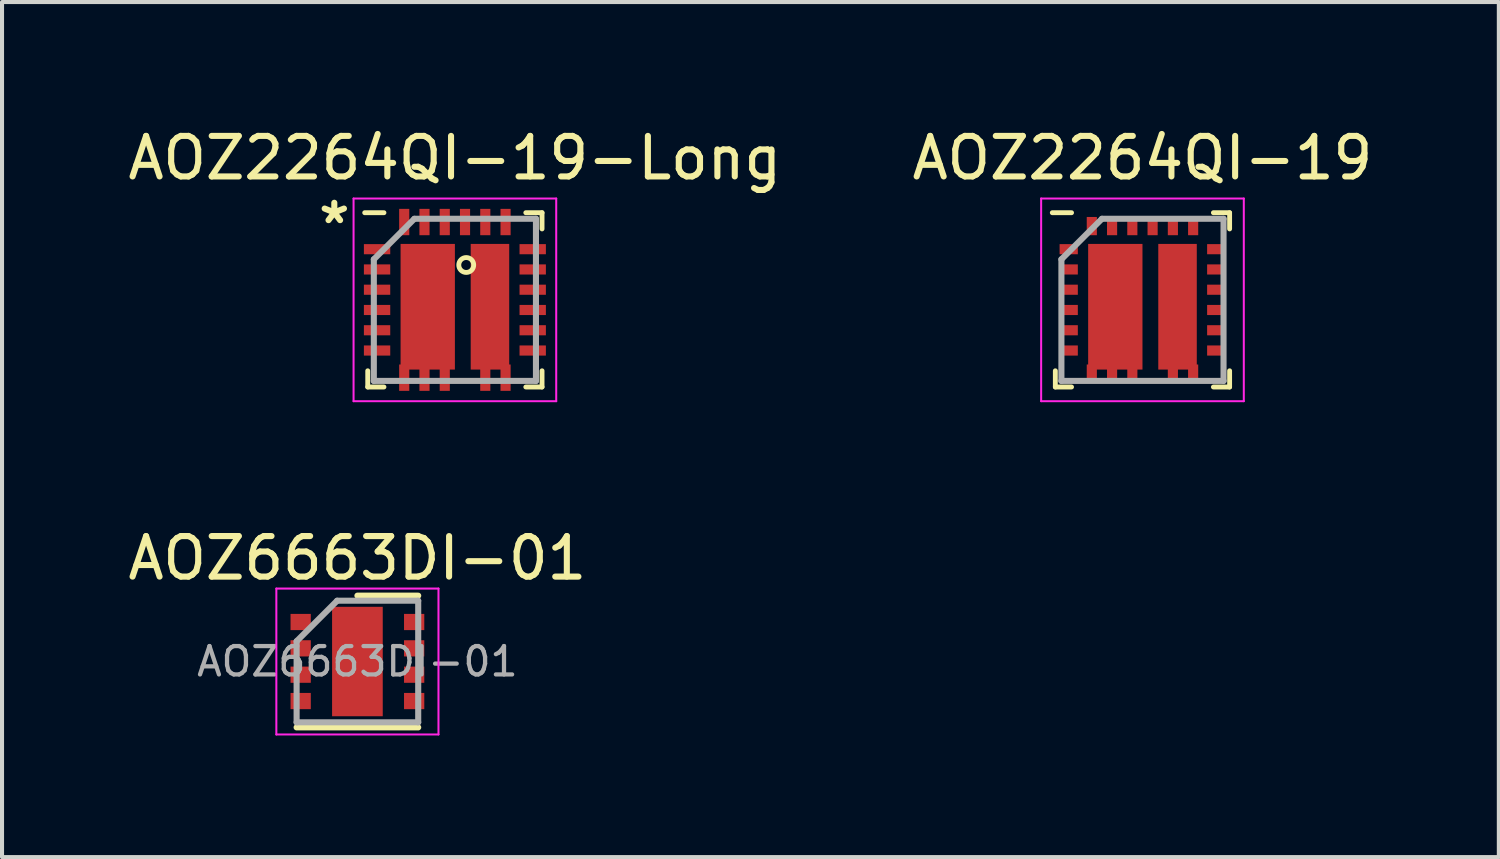
<source format=kicad_pcb>
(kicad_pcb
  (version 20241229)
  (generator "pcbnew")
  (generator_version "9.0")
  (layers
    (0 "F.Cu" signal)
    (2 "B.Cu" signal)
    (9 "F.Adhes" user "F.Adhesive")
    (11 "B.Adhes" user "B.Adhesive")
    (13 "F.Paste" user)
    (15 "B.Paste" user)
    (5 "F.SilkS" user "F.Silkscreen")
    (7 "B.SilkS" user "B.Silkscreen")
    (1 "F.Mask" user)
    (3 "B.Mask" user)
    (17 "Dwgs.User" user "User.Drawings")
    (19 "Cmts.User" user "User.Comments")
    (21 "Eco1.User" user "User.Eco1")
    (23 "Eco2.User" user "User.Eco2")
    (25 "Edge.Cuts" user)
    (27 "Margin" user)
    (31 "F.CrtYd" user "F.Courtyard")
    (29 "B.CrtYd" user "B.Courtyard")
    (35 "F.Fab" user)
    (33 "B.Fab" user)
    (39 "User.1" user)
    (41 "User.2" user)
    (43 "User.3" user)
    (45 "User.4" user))
  (footprint "AOZ2264QI-19"
    (layer "F.Cu")
    (at 25.137 4.348)
    (property "Reference" "AOZ2264QI-19" (at 0 -3.5 0) (layer "F.SilkS") (effects (font (size 1 1) (thickness 0.15))))
    (attr smd)
    (fp_poly (pts (xy 0 1.72) (xy -1.34 1.72) (xy -1.34 -1.38) (xy 0 -1.38)) (stroke (width 0) (type solid)) (fill yes) (layer "F.Cu"))
    (fp_poly (pts (xy 1.34 1.72) (xy 0.39 1.72) (xy 0.39 -1.38) (xy 1.34 -1.38)) (stroke (width 0) (type solid)) (fill yes) (layer "F.Cu"))
    (fp_poly (pts (xy 0.01 1.72) (xy -1.33 1.72) (xy -1.33 -1.38) (xy 0.01 -1.38)) (stroke (width 0) (type solid)) (fill yes) (layer "F.Mask"))
    (fp_poly (pts (xy 1.34 1.72) (xy 0.39 1.72) (xy 0.39 -1.38) (xy 1.34 -1.38)) (stroke (width 0) (type solid)) (fill yes) (layer "F.Mask"))
    (fp_line (start -2.15 2.15) (end -2.15 1.75) (stroke (width 0.12) (type solid)) (layer "F.SilkS"))
    (fp_line (start -1.75 -2.15) (end -2.225 -2.15) (stroke (width 0.12) (type solid)) (layer "F.SilkS"))
    (fp_line (start -1.75 2.15) (end -2.15 2.15) (stroke (width 0.12) (type solid)) (layer "F.SilkS"))
    (fp_line (start 1.75 -2.15) (end 2.15 -2.15) (stroke (width 0.12) (type solid)) (layer "F.SilkS"))
    (fp_line (start 1.75 2.15) (end 2.15 2.15) (stroke (width 0.12) (type solid)) (layer "F.SilkS"))
    (fp_line (start 2.15 -2.15) (end 2.15 -1.75) (stroke (width 0.12) (type solid)) (layer "F.SilkS"))
    (fp_line (start 2.15 2.15) (end 2.15 1.75) (stroke (width 0.12) (type solid)) (layer "F.SilkS"))
    (fp_poly (pts (xy -0.8 -0.9) (xy -1.1 -0.9) (xy -1.1 -1.1) (xy -0.8 -1.1)) (stroke (width 0) (type solid)) (fill yes) (layer "F.Paste"))
    (fp_poly (pts (xy -0.8 -0.9) (xy -1.1 -0.9) (xy -1.1 -1.1) (xy -0.8 -1.1)) (stroke (width 0) (type solid)) (fill yes) (layer "F.Paste"))
    (fp_poly (pts (xy -0.8 -0.6) (xy -1.1 -0.6) (xy -1.1 -0.8) (xy -0.8 -0.8)) (stroke (width 0) (type solid)) (fill yes) (layer "F.Paste"))
    (fp_poly (pts (xy -0.8 -0.6) (xy -1.1 -0.6) (xy -1.1 -0.8) (xy -0.8 -0.8)) (stroke (width 0) (type solid)) (fill yes) (layer "F.Paste"))
    (fp_poly (pts (xy -0.8 -0.3) (xy -1.1 -0.3) (xy -1.1 -0.5) (xy -0.8 -0.5)) (stroke (width 0) (type solid)) (fill yes) (layer "F.Paste"))
    (fp_poly (pts (xy -0.8 -0.3) (xy -1.1 -0.3) (xy -1.1 -0.5) (xy -0.8 -0.5)) (stroke (width 0) (type solid)) (fill yes) (layer "F.Paste"))
    (fp_poly (pts (xy -0.8 0) (xy -1.1 0) (xy -1.1 -0.2) (xy -0.8 -0.2)) (stroke (width 0) (type solid)) (fill yes) (layer "F.Paste"))
    (fp_poly (pts (xy -0.8 0) (xy -1.1 0) (xy -1.1 -0.2) (xy -0.8 -0.2)) (stroke (width 0) (type solid)) (fill yes) (layer "F.Paste"))
    (fp_poly (pts (xy -0.8 0.3) (xy -1.1 0.3) (xy -1.1 0.1) (xy -0.8 0.1)) (stroke (width 0) (type solid)) (fill yes) (layer "F.Paste"))
    (fp_poly (pts (xy -0.8 0.3) (xy -1.1 0.3) (xy -1.1 0.1) (xy -0.8 0.1)) (stroke (width 0) (type solid)) (fill yes) (layer "F.Paste"))
    (fp_poly (pts (xy -0.8 0.6) (xy -1.1 0.6) (xy -1.1 0.4) (xy -0.8 0.4)) (stroke (width 0) (type solid)) (fill yes) (layer "F.Paste"))
    (fp_poly (pts (xy -0.8 0.6) (xy -1.1 0.6) (xy -1.1 0.4) (xy -0.8 0.4)) (stroke (width 0) (type solid)) (fill yes) (layer "F.Paste"))
    (fp_poly (pts (xy -0.8 0.9) (xy -1.1 0.9) (xy -1.1 0.7) (xy -0.8 0.7)) (stroke (width 0) (type solid)) (fill yes) (layer "F.Paste"))
    (fp_poly (pts (xy -0.8 0.9) (xy -1.1 0.9) (xy -1.1 0.7) (xy -0.8 0.7)) (stroke (width 0) (type solid)) (fill yes) (layer "F.Paste"))
    (fp_poly (pts (xy -0.8 1.2) (xy -1.1 1.2) (xy -1.1 1) (xy -0.8 1)) (stroke (width 0) (type solid)) (fill yes) (layer "F.Paste"))
    (fp_poly (pts (xy -0.8 1.2) (xy -1.1 1.2) (xy -1.1 1) (xy -0.8 1)) (stroke (width 0) (type solid)) (fill yes) (layer "F.Paste"))
    (fp_poly (pts (xy -0.3 -0.9) (xy -0.6 -0.9) (xy -0.6 -1.1) (xy -0.3 -1.1)) (stroke (width 0) (type solid)) (fill yes) (layer "F.Paste"))
    (fp_poly (pts (xy -0.3 -0.6) (xy -0.6 -0.6) (xy -0.6 -0.8) (xy -0.3 -0.8)) (stroke (width 0) (type solid)) (fill yes) (layer "F.Paste"))
    (fp_poly (pts (xy -0.3 -0.3) (xy -0.6 -0.3) (xy -0.6 -0.5) (xy -0.3 -0.5)) (stroke (width 0) (type solid)) (fill yes) (layer "F.Paste"))
    (fp_poly (pts (xy -0.3 0) (xy -0.6 0) (xy -0.6 -0.2) (xy -0.3 -0.2)) (stroke (width 0) (type solid)) (fill yes) (layer "F.Paste"))
    (fp_poly (pts (xy -0.3 0.3) (xy -0.6 0.3) (xy -0.6 0.1) (xy -0.3 0.1)) (stroke (width 0) (type solid)) (fill yes) (layer "F.Paste"))
    (fp_poly (pts (xy -0.3 0.6) (xy -0.6 0.6) (xy -0.6 0.4) (xy -0.3 0.4)) (stroke (width 0) (type solid)) (fill yes) (layer "F.Paste"))
    (fp_poly (pts (xy -0.3 0.9) (xy -0.6 0.9) (xy -0.6 0.7) (xy -0.3 0.7)) (stroke (width 0) (type solid)) (fill yes) (layer "F.Paste"))
    (fp_poly (pts (xy -0.3 1.2) (xy -0.6 1.2) (xy -0.6 1) (xy -0.3 1)) (stroke (width 0) (type solid)) (fill yes) (layer "F.Paste"))
    (fp_poly (pts (xy 0.75 -0.9) (xy 0.45 -0.9) (xy 0.45 -1.1) (xy 0.75 -1.1)) (stroke (width 0) (type solid)) (fill yes) (layer "F.Paste"))
    (fp_poly (pts (xy 0.75 -0.9) (xy 0.45 -0.9) (xy 0.45 -1.1) (xy 0.75 -1.1)) (stroke (width 0) (type solid)) (fill yes) (layer "F.Paste"))
    (fp_poly (pts (xy 0.75 -0.6) (xy 0.45 -0.6) (xy 0.45 -0.8) (xy 0.75 -0.8)) (stroke (width 0) (type solid)) (fill yes) (layer "F.Paste"))
    (fp_poly (pts (xy 0.75 -0.6) (xy 0.45 -0.6) (xy 0.45 -0.8) (xy 0.75 -0.8)) (stroke (width 0) (type solid)) (fill yes) (layer "F.Paste"))
    (fp_poly (pts (xy 0.75 -0.3) (xy 0.45 -0.3) (xy 0.45 -0.5) (xy 0.75 -0.5)) (stroke (width 0) (type solid)) (fill yes) (layer "F.Paste"))
    (fp_poly (pts (xy 0.75 -0.3) (xy 0.45 -0.3) (xy 0.45 -0.5) (xy 0.75 -0.5)) (stroke (width 0) (type solid)) (fill yes) (layer "F.Paste"))
    (fp_poly (pts (xy 0.75 0) (xy 0.45 0) (xy 0.45 -0.2) (xy 0.75 -0.2)) (stroke (width 0) (type solid)) (fill yes) (layer "F.Paste"))
    (fp_poly (pts (xy 0.75 0) (xy 0.45 0) (xy 0.45 -0.2) (xy 0.75 -0.2)) (stroke (width 0) (type solid)) (fill yes) (layer "F.Paste"))
    (fp_poly (pts (xy 0.75 0.3) (xy 0.45 0.3) (xy 0.45 0.1) (xy 0.75 0.1)) (stroke (width 0) (type solid)) (fill yes) (layer "F.Paste"))
    (fp_poly (pts (xy 0.75 0.3) (xy 0.45 0.3) (xy 0.45 0.1) (xy 0.75 0.1)) (stroke (width 0) (type solid)) (fill yes) (layer "F.Paste"))
    (fp_poly (pts (xy 0.75 0.6) (xy 0.45 0.6) (xy 0.45 0.4) (xy 0.75 0.4)) (stroke (width 0) (type solid)) (fill yes) (layer "F.Paste"))
    (fp_poly (pts (xy 0.75 0.6) (xy 0.45 0.6) (xy 0.45 0.4) (xy 0.75 0.4)) (stroke (width 0) (type solid)) (fill yes) (layer "F.Paste"))
    (fp_poly (pts (xy 0.75 0.9) (xy 0.45 0.9) (xy 0.45 0.7) (xy 0.75 0.7)) (stroke (width 0) (type solid)) (fill yes) (layer "F.Paste"))
    (fp_poly (pts (xy 0.75 0.9) (xy 0.45 0.9) (xy 0.45 0.7) (xy 0.75 0.7)) (stroke (width 0) (type solid)) (fill yes) (layer "F.Paste"))
    (fp_poly (pts (xy 0.75 1.2) (xy 0.45 1.2) (xy 0.45 1) (xy 0.75 1)) (stroke (width 0) (type solid)) (fill yes) (layer "F.Paste"))
    (fp_poly (pts (xy 0.75 1.2) (xy 0.45 1.2) (xy 0.45 1) (xy 0.75 1)) (stroke (width 0) (type solid)) (fill yes) (layer "F.Paste"))
    (fp_poly (pts (xy 1.25 -0.9) (xy 0.95 -0.9) (xy 0.95 -1.1) (xy 1.25 -1.1)) (stroke (width 0) (type solid)) (fill yes) (layer "F.Paste"))
    (fp_poly (pts (xy 1.25 -0.6) (xy 0.95 -0.6) (xy 0.95 -0.8) (xy 1.25 -0.8)) (stroke (width 0) (type solid)) (fill yes) (layer "F.Paste"))
    (fp_poly (pts (xy 1.25 -0.3) (xy 0.95 -0.3) (xy 0.95 -0.5) (xy 1.25 -0.5)) (stroke (width 0) (type solid)) (fill yes) (layer "F.Paste"))
    (fp_poly (pts (xy 1.25 0) (xy 0.95 0) (xy 0.95 -0.2) (xy 1.25 -0.2)) (stroke (width 0) (type solid)) (fill yes) (layer "F.Paste"))
    (fp_poly (pts (xy 1.25 0.3) (xy 0.95 0.3) (xy 0.95 0.1) (xy 1.25 0.1)) (stroke (width 0) (type solid)) (fill yes) (layer "F.Paste"))
    (fp_poly (pts (xy 1.25 0.6) (xy 0.95 0.6) (xy 0.95 0.4) (xy 1.25 0.4)) (stroke (width 0) (type solid)) (fill yes) (layer "F.Paste"))
    (fp_poly (pts (xy 1.25 0.9) (xy 0.95 0.9) (xy 0.95 0.7) (xy 1.25 0.7)) (stroke (width 0) (type solid)) (fill yes) (layer "F.Paste"))
    (fp_poly (pts (xy 1.25 1.2) (xy 0.95 1.2) (xy 0.95 1) (xy 1.25 1)) (stroke (width 0) (type solid)) (fill yes) (layer "F.Paste"))
    (fp_line (start -2.5 -2.5) (end 2.5 -2.5) (stroke (width 0.05) (type solid)) (layer "F.CrtYd"))
    (fp_line (start -2.5 2.5) (end -2.5 -2.5) (stroke (width 0.05) (type solid)) (layer "F.CrtYd"))
    (fp_line (start 2.5 -2.5) (end 2.5 2.5) (stroke (width 0.05) (type solid)) (layer "F.CrtYd"))
    (fp_line (start 2.5 2.5) (end -2.5 2.5) (stroke (width 0.05) (type solid)) (layer "F.CrtYd"))
    (fp_line (start -2 -1) (end -2 2) (stroke (width 0.15) (type solid)) (layer "F.Fab"))
    (fp_line (start -2 2) (end 2 2) (stroke (width 0.15) (type solid)) (layer "F.Fab"))
    (fp_line (start -1 -2) (end -2 -1) (stroke (width 0.15) (type solid)) (layer "F.Fab"))
    (fp_line (start 2 -2) (end -1 -2) (stroke (width 0.15) (type solid)) (layer "F.Fab"))
    (fp_line (start 2 2) (end 2 -2) (stroke (width 0.15) (type solid)) (layer "F.Fab"))
    (pad "1" smd rect (at -1.82 -1.25 90) (size 0.25 0.45) (layers "F.Cu" "F.Mask" "F.Paste"))
    (pad "2" smd rect (at -1.82 -0.75 90) (size 0.25 0.45) (layers "F.Cu" "F.Mask" "F.Paste"))
    (pad "3" smd rect (at -1.82 -0.25 90) (size 0.25 0.45) (layers "F.Cu" "F.Mask" "F.Paste"))
    (pad "4" smd rect (at -1.82 0.25 90) (size 0.25 0.45) (layers "F.Cu" "F.Mask" "F.Paste"))
    (pad "5" smd rect (at -1.82 0.75 90) (size 0.25 0.45) (layers "F.Cu" "F.Mask" "F.Paste"))
    (pad "6" smd rect (at -1.82 1.25 90) (size 0.25 0.45) (layers "F.Cu" "F.Mask" "F.Paste"))
    (pad "7" smd rect (at -1.25 1.82) (size 0.25 0.45) (layers "F.Cu" "F.Mask" "F.Paste"))
    (pad "8" smd rect (at -0.75 1.82) (size 0.25 0.45) (layers "F.Cu" "F.Mask" "F.Paste"))
    (pad "9" smd rect (at -0.25 1.82) (size 0.25 0.45) (layers "F.Cu" "F.Mask" "F.Paste"))
    (pad "10" smd rect (at 0.75 1.82) (size 0.25 0.45) (layers "F.Cu" "F.Mask" "F.Paste"))
    (pad "11" smd rect (at 1.25 1.82) (size 0.25 0.45) (layers "F.Cu" "F.Mask" "F.Paste"))
    (pad "12" smd rect (at 1.82 1.25 90) (size 0.25 0.45) (layers "F.Cu" "F.Mask" "F.Paste"))
    (pad "13" smd rect (at 1.82 0.75 90) (size 0.25 0.45) (layers "F.Cu" "F.Mask" "F.Paste"))
    (pad "14" smd rect (at 1.82 0.25 90) (size 0.25 0.45) (layers "F.Cu" "F.Mask" "F.Paste"))
    (pad "15" smd rect (at 1.82 -0.25 90) (size 0.25 0.45) (layers "F.Cu" "F.Mask" "F.Paste"))
    (pad "16" smd rect (at 1.82 -0.75 90) (size 0.25 0.45) (layers "F.Cu" "F.Mask" "F.Paste"))
    (pad "17" smd rect (at 1.82 -1.25 90) (size 0.25 0.45) (layers "F.Cu" "F.Mask" "F.Paste"))
    (pad "18" smd rect (at 1.25 -1.82) (size 0.25 0.45) (layers "F.Cu" "F.Mask" "F.Paste"))
    (pad "19" smd rect (at 0.75 -1.82) (size 0.25 0.45) (layers "F.Cu" "F.Mask" "F.Paste"))
    (pad "20" smd rect (at 0.25 -1.82) (size 0.25 0.45) (layers "F.Cu" "F.Mask" "F.Paste"))
    (pad "21" smd rect (at -0.25 -1.82) (size 0.25 0.45) (layers "F.Cu" "F.Mask" "F.Paste"))
    (pad "22" smd rect (at -0.75 -1.82) (size 0.25 0.45) (layers "F.Cu" "F.Mask" "F.Paste"))
    (pad "23" smd rect (at -1.25 -1.82) (size 0.25 0.45) (layers "F.Cu" "F.Mask" "F.Paste")))
  (footprint "AOZ2264QI-19-Long"
    (layer "F.Cu")
    (at 8.173 4.348)
    (property "Reference" "AOZ2264QI-19-Long" (at 0 -3.5 0) (layer "F.SilkS") (effects (font (size 1 1) (thickness 0.15))))
    (attr smd)
    (fp_poly (pts (xy 0 1.72) (xy -1.34 1.72) (xy -1.34 -1.38) (xy 0 -1.38)) (stroke (width 0) (type solid)) (fill yes) (layer "F.Cu"))
    (fp_poly (pts (xy 1.34 1.72) (xy 0.39 1.72) (xy 0.39 -1.38) (xy 1.34 -1.38)) (stroke (width 0) (type solid)) (fill yes) (layer "F.Cu"))
    (fp_poly (pts (xy 0.01 1.72) (xy -1.33 1.72) (xy -1.33 -1.38) (xy 0.01 -1.38)) (stroke (width 0) (type solid)) (fill yes) (layer "F.Mask"))
    (fp_poly (pts (xy 1.3 1.72) (xy 0.39 1.72) (xy 0.39 -1.38) (xy 1.3 -1.38)) (stroke (width 0) (type solid)) (fill yes) (layer "F.Mask"))
    (fp_poly (pts (xy -0.3 1.3) (xy -1.1 1.3) (xy -1.1 -1) (xy -0.3 -1)) (stroke (width 0) (type solid)) (fill yes) (layer "B.Mask"))
    (fp_poly (pts (xy 1.1 1.3) (xy 0.6 1.3) (xy 0.6 -1) (xy 1.1 -1)) (stroke (width 0) (type solid)) (fill yes) (layer "B.Mask"))
    (fp_line (start -2.15 2.15) (end -2.15 1.75) (stroke (width 0.12) (type solid)) (layer "F.SilkS"))
    (fp_line (start -1.75 -2.15) (end -2.225 -2.15) (stroke (width 0.12) (type solid)) (layer "F.SilkS"))
    (fp_line (start -1.75 2.15) (end -2.15 2.15) (stroke (width 0.12) (type solid)) (layer "F.SilkS"))
    (fp_line (start 1.75 -2.15) (end 2.15 -2.15) (stroke (width 0.12) (type solid)) (layer "F.SilkS"))
    (fp_line (start 1.75 2.15) (end 2.15 2.15) (stroke (width 0.12) (type solid)) (layer "F.SilkS"))
    (fp_line (start 2.15 -2.15) (end 2.15 -1.75) (stroke (width 0.12) (type solid)) (layer "F.SilkS"))
    (fp_line (start 2.15 2.15) (end 2.15 1.75) (stroke (width 0.12) (type solid)) (layer "F.SilkS"))
    (fp_circle (center 0.28 -0.86) (end 0.11 -0.93) (stroke (width 0.12) (type solid)) (fill no) (layer "F.SilkS"))
    (fp_poly (pts (xy -0.56 -0.48) (xy -0.81 -0.48) (xy -0.81 -0.73) (xy -0.56 -0.73)) (stroke (width 0) (type solid)) (fill yes) (layer "F.Paste"))
    (fp_poly (pts (xy -0.56 0.02) (xy -0.81 0.02) (xy -0.81 -0.23) (xy -0.56 -0.23)) (stroke (width 0) (type solid)) (fill yes) (layer "F.Paste"))
    (fp_poly (pts (xy -0.56 0.52) (xy -0.81 0.52) (xy -0.81 0.27) (xy -0.56 0.27)) (stroke (width 0) (type solid)) (fill yes) (layer "F.Paste"))
    (fp_poly (pts (xy -0.56 1.02) (xy -0.81 1.02) (xy -0.81 0.77) (xy -0.56 0.77)) (stroke (width 0) (type solid)) (fill yes) (layer "F.Paste"))
    (fp_poly (pts (xy 0.98 -0.48) (xy 0.73 -0.48) (xy 0.73 -0.73) (xy 0.98 -0.73)) (stroke (width 0) (type solid)) (fill yes) (layer "F.Paste"))
    (fp_poly (pts (xy 0.98 0.02) (xy 0.73 0.02) (xy 0.73 -0.23) (xy 0.98 -0.23)) (stroke (width 0) (type solid)) (fill yes) (layer "F.Paste"))
    (fp_poly (pts (xy 0.98 0.52) (xy 0.73 0.52) (xy 0.73 0.27) (xy 0.98 0.27)) (stroke (width 0) (type solid)) (fill yes) (layer "F.Paste"))
    (fp_poly (pts (xy 0.98 1.02) (xy 0.73 1.02) (xy 0.73 0.77) (xy 0.98 0.77)) (stroke (width 0) (type solid)) (fill yes) (layer "F.Paste"))
    (fp_line (start -2.5 -2.5) (end 2.5 -2.5) (stroke (width 0.05) (type solid)) (layer "F.CrtYd"))
    (fp_line (start -2.5 2.5) (end -2.5 -2.5) (stroke (width 0.05) (type solid)) (layer "F.CrtYd"))
    (fp_line (start 2.5 -2.5) (end 2.5 2.5) (stroke (width 0.05) (type solid)) (layer "F.CrtYd"))
    (fp_line (start 2.5 2.5) (end -2.5 2.5) (stroke (width 0.05) (type solid)) (layer "F.CrtYd"))
    (fp_line (start -2 -1) (end -2 2) (stroke (width 0.15) (type solid)) (layer "F.Fab"))
    (fp_line (start -2 2) (end 2 2) (stroke (width 0.15) (type solid)) (layer "F.Fab"))
    (fp_line (start -1 -2) (end -2 -1) (stroke (width 0.15) (type solid)) (layer "F.Fab"))
    (fp_line (start 2 -2) (end -1 -2) (stroke (width 0.15) (type solid)) (layer "F.Fab"))
    (fp_line (start 2 2) (end 2 -2) (stroke (width 0.15) (type solid)) (layer "F.Fab"))
    (fp_text user "*" (at -2.975 -1.85 0) (layer "F.SilkS") (effects (font (size 1 1) (thickness 0.15))))
    (pad "1" smd rect (at -1.92 -1.25 90) (size 0.25 0.65) (layers "F.Cu" "F.Mask" "F.Paste"))
    (pad "2" smd rect (at -1.92 -0.75 90) (size 0.25 0.65) (layers "F.Cu" "F.Mask" "F.Paste"))
    (pad "3" smd rect (at -1.92 -0.25 90) (size 0.25 0.65) (layers "F.Cu" "F.Mask" "F.Paste"))
    (pad "4" smd rect (at -1.92 0.25 90) (size 0.25 0.65) (layers "F.Cu" "F.Mask" "F.Paste"))
    (pad "5" smd rect (at -1.92 0.75 90) (size 0.25 0.65) (layers "F.Cu" "F.Mask" "F.Paste"))
    (pad "6" smd rect (at -1.92 1.25 90) (size 0.25 0.65) (layers "F.Cu" "F.Mask" "F.Paste"))
    (pad "7" smd rect (at -1.25 1.92) (size 0.25 0.65) (layers "F.Cu" "F.Mask" "F.Paste"))
    (pad "8" smd rect (at -0.75 1.92) (size 0.25 0.65) (layers "F.Cu" "F.Mask" "F.Paste"))
    (pad "9" smd rect (at -0.25 1.92) (size 0.25 0.65) (layers "F.Cu" "F.Mask" "F.Paste"))
    (pad "10" smd rect (at 0.75 1.92) (size 0.25 0.65) (layers "F.Cu" "F.Mask" "F.Paste"))
    (pad "11" smd rect (at 1.25 1.92) (size 0.25 0.65) (layers "F.Cu" "F.Mask" "F.Paste"))
    (pad "12" smd rect (at 1.92 1.25 90) (size 0.25 0.65) (layers "F.Cu" "F.Mask" "F.Paste"))
    (pad "13" smd rect (at 1.92 0.75 90) (size 0.25 0.65) (layers "F.Cu" "F.Mask" "F.Paste"))
    (pad "14" smd rect (at 1.92 0.25 90) (size 0.25 0.65) (layers "F.Cu" "F.Mask" "F.Paste"))
    (pad "15" smd rect (at 1.92 -0.25 90) (size 0.25 0.65) (layers "F.Cu" "F.Mask" "F.Paste"))
    (pad "16" smd rect (at 1.92 -0.75 90) (size 0.25 0.65) (layers "F.Cu" "F.Mask" "F.Paste"))
    (pad "17" smd rect (at 1.92 -1.25 90) (size 0.25 0.65) (layers "F.Cu" "F.Mask" "F.Paste"))
    (pad "18" smd rect (at 1.25 -1.92) (size 0.25 0.65) (layers "F.Cu" "F.Mask" "F.Paste"))
    (pad "19" smd rect (at 0.75 -1.92) (size 0.25 0.65) (layers "F.Cu" "F.Mask" "F.Paste"))
    (pad "20" smd rect (at 0.25 -1.92) (size 0.25 0.65) (layers "F.Cu" "F.Mask" "F.Paste"))
    (pad "21" smd rect (at -0.25 -1.92) (size 0.25 0.65) (layers "F.Cu" "F.Mask" "F.Paste"))
    (pad "22" smd rect (at -0.75 -1.92) (size 0.25 0.65) (layers "F.Cu" "F.Mask" "F.Paste"))
    (pad "23" smd rect (at -1.25 -1.92) (size 0.25 0.65) (layers "F.Cu" "F.Mask" "F.Paste")))
  (footprint "AOZ6663DI-01"
    (layer "F.Cu")
    (at 5.768 13.271)
    (property "Reference" "AOZ6663DI-01" (at 0 -2.55 0) (layer "F.SilkS") (effects (font (size 1 1) (thickness 0.15))))
    (attr smd)
    (fp_line (start -1.5 1.625) (end 1.5 1.625) (stroke (width 0.15) (type solid)) (layer "F.SilkS"))
    (fp_line (start 0 -1.625) (end 1.5 -1.625) (stroke (width 0.15) (type solid)) (layer "F.SilkS"))
    (fp_line (start -2 -1.8) (end -2 1.8) (stroke (width 0.05) (type solid)) (layer "F.CrtYd"))
    (fp_line (start -2 -1.8) (end 2 -1.8) (stroke (width 0.05) (type solid)) (layer "F.CrtYd"))
    (fp_line (start -2 1.8) (end 2 1.8) (stroke (width 0.05) (type solid)) (layer "F.CrtYd"))
    (fp_line (start 2 -1.8) (end 2 1.8) (stroke (width 0.05) (type solid)) (layer "F.CrtYd"))
    (fp_line (start -1.5 -0.5) (end -0.5 -1.5) (stroke (width 0.15) (type solid)) (layer "F.Fab"))
    (fp_line (start -1.5 1.5) (end -1.5 -0.5) (stroke (width 0.15) (type solid)) (layer "F.Fab"))
    (fp_line (start -0.5 -1.5) (end 1.5 -1.5) (stroke (width 0.15) (type solid)) (layer "F.Fab"))
    (fp_line (start 1.5 -1.5) (end 1.5 1.5) (stroke (width 0.15) (type solid)) (layer "F.Fab"))
    (fp_line (start 1.5 1.5) (end -1.5 1.5) (stroke (width 0.15) (type solid)) (layer "F.Fab"))
    (fp_text user "${REFERENCE}" (at 0 0 0) (layer "F.Fab") (effects (font (size 0.7 0.7) (thickness 0.105))))
    (pad "" smd rect (at 0 0) (size 1.25 2.7) (layers "F.Paste"))
    (pad "1" smd rect (at -1.4 -0.975) (size 0.5 0.4) (layers "F.Cu" "F.Mask" "F.Paste"))
    (pad "2" smd rect (at -1.4 -0.325) (size 0.5 0.4) (layers "F.Cu" "F.Mask" "F.Paste"))
    (pad "3" smd rect (at -1.4 0.325) (size 0.5 0.4) (layers "F.Cu" "F.Mask" "F.Paste"))
    (pad "4" smd rect (at -1.4 0.975) (size 0.5 0.4) (layers "F.Cu" "F.Mask" "F.Paste"))
    (pad "5" smd rect (at 1.4 0.975) (size 0.5 0.4) (layers "F.Cu" "F.Mask" "F.Paste"))
    (pad "6" smd rect (at 1.4 0.325) (size 0.5 0.4) (layers "F.Cu" "F.Mask" "F.Paste"))
    (pad "7" smd rect (at 1.4 -0.325) (size 0.5 0.4) (layers "F.Cu" "F.Mask" "F.Paste"))
    (pad "8" smd rect (at 1.4 -0.975) (size 0.5 0.4) (layers "F.Cu" "F.Mask" "F.Paste"))
    (pad "9" smd rect (at 0 0) (size 1.25 2.7) (layers "F.Cu" "F.Mask")))
  (gr_rect
    (start -3 -3)
    (end 33.929 18.096)
    (stroke (width 0.1) (type default))
    (fill no)
    (layer "Edge.Cuts")))
</source>
